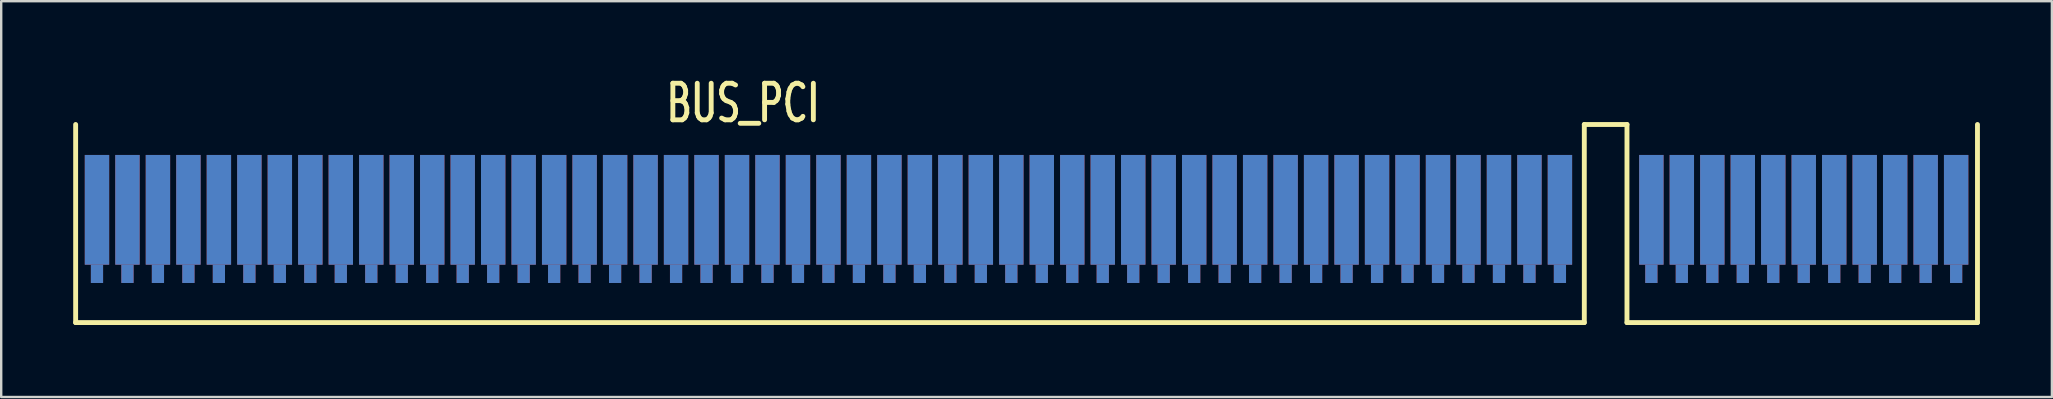
<source format=kicad_pcb>
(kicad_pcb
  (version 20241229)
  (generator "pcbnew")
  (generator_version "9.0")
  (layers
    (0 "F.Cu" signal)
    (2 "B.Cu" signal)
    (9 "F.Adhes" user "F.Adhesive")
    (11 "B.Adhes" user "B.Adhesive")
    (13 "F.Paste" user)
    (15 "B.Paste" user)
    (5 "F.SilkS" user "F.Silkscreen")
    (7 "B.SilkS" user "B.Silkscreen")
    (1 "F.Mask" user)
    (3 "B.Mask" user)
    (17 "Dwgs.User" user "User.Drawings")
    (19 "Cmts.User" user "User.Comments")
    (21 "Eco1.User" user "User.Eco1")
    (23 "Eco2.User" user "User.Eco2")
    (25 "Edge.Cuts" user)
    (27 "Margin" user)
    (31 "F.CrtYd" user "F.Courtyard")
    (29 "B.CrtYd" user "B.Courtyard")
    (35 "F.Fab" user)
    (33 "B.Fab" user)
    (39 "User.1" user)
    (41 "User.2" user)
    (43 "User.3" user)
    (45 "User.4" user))
  (footprint "BUS_PCI"
    (layer "F.Cu")
    (at 63.856 5.947)
    (property "Reference" "BUS_PCI" (at -35.941 -4.699 0) (layer "F.SilkS") (effects (font (size 1.524 1.016) (thickness 0.203))))
    (attr through_hole)
    (fp_line (start -63.754 -3.81) (end -63.754 4.445) (stroke (width 0.203) (type solid)) (layer "F.SilkS"))
    (fp_line (start -63.754 4.445) (end -0.889 4.445) (stroke (width 0.203) (type solid)) (layer "F.SilkS"))
    (fp_line (start -0.889 -3.81) (end 0.889 -3.81) (stroke (width 0.203) (type solid)) (layer "F.SilkS"))
    (fp_line (start -0.889 4.445) (end -0.889 -3.81) (stroke (width 0.203) (type solid)) (layer "F.SilkS"))
    (fp_line (start 0.889 -3.81) (end 0.889 4.445) (stroke (width 0.203) (type solid)) (layer "F.SilkS"))
    (fp_line (start 0.889 4.445) (end 15.494 4.445) (stroke (width 0.203) (type solid)) (layer "F.SilkS"))
    (fp_line (start 15.494 4.445) (end 15.494 -3.81) (stroke (width 0.203) (type solid)) (layer "F.SilkS"))
    (pad "A1" connect rect (at -62.865 -0.254) (size 1.016 4.572) (layers "B.Cu" "B.Mask"))
    (pad "A1" connect rect (at -62.865 2.413) (size 0.508 0.762) (layers "B.Cu" "B.Mask"))
    (pad "A2" connect rect (at -61.595 -0.254) (size 1.016 4.572) (layers "B.Cu" "B.Mask"))
    (pad "A2" connect rect (at -61.595 2.413) (size 0.508 0.762) (layers "B.Cu" "B.Mask"))
    (pad "A3" connect rect (at -60.325 -0.254) (size 1.016 4.572) (layers "B.Cu" "B.Mask"))
    (pad "A3" connect rect (at -60.325 2.413) (size 0.508 0.762) (layers "B.Cu" "B.Mask"))
    (pad "A4" connect rect (at -59.055 -0.254) (size 1.016 4.572) (layers "B.Cu" "B.Mask"))
    (pad "A4" connect rect (at -59.055 2.413) (size 0.508 0.762) (layers "B.Cu" "B.Mask"))
    (pad "A5" connect rect (at -57.785 -0.254) (size 1.016 4.572) (layers "B.Cu" "B.Mask"))
    (pad "A5" connect rect (at -57.785 2.413) (size 0.508 0.762) (layers "B.Cu" "B.Mask"))
    (pad "A6" connect rect (at -56.515 -0.254) (size 1.016 4.572) (layers "B.Cu" "B.Mask"))
    (pad "A6" connect rect (at -56.515 2.413) (size 0.508 0.762) (layers "B.Cu" "B.Mask"))
    (pad "A7" connect rect (at -55.245 -0.254) (size 1.016 4.572) (layers "B.Cu" "B.Mask"))
    (pad "A7" connect rect (at -55.245 2.413) (size 0.508 0.762) (layers "B.Cu" "B.Mask"))
    (pad "A8" connect rect (at -53.975 -0.254) (size 1.016 4.572) (layers "B.Cu" "B.Mask"))
    (pad "A8" connect rect (at -53.975 2.413) (size 0.508 0.762) (layers "B.Cu" "B.Mask"))
    (pad "A9" connect rect (at -52.705 -0.254) (size 1.016 4.572) (layers "B.Cu" "B.Mask"))
    (pad "A9" connect rect (at -52.705 2.413) (size 0.508 0.762) (layers "B.Cu" "B.Mask"))
    (pad "A10" connect rect (at -51.435 -0.254) (size 1.016 4.572) (layers "B.Cu" "B.Mask"))
    (pad "A10" connect rect (at -51.435 2.413) (size 0.508 0.762) (layers "B.Cu" "B.Mask"))
    (pad "A11" connect rect (at -50.165 -0.254) (size 1.016 4.572) (layers "B.Cu" "B.Mask"))
    (pad "A11" connect rect (at -50.165 2.413) (size 0.508 0.762) (layers "B.Cu" "B.Mask"))
    (pad "A12" connect rect (at -48.895 -0.254) (size 1.016 4.572) (layers "B.Cu" "B.Mask"))
    (pad "A12" connect rect (at -48.895 2.413) (size 0.508 0.762) (layers "B.Cu" "B.Mask"))
    (pad "A13" connect rect (at -47.625 -0.254) (size 1.016 4.572) (layers "B.Cu" "B.Mask"))
    (pad "A13" connect rect (at -47.625 2.413) (size 0.508 0.762) (layers "B.Cu" "B.Mask"))
    (pad "A14" connect rect (at -46.355 -0.254) (size 1.016 4.572) (layers "B.Cu" "B.Mask"))
    (pad "A14" connect rect (at -46.355 2.413) (size 0.508 0.762) (layers "B.Cu" "B.Mask"))
    (pad "A15" connect rect (at -45.085 -0.254) (size 1.016 4.572) (layers "B.Cu" "B.Mask"))
    (pad "A15" connect rect (at -45.085 2.413) (size 0.508 0.762) (layers "B.Cu" "B.Mask"))
    (pad "A16" connect rect (at -43.815 -0.254) (size 1.016 4.572) (layers "B.Cu" "B.Mask"))
    (pad "A16" connect rect (at -43.815 2.413) (size 0.508 0.762) (layers "B.Cu" "B.Mask"))
    (pad "A17" connect rect (at -42.545 -0.254) (size 1.016 4.572) (layers "B.Cu" "B.Mask"))
    (pad "A17" connect rect (at -42.545 2.413) (size 0.508 0.762) (layers "B.Cu" "B.Mask"))
    (pad "A18" connect rect (at -41.275 -0.254) (size 1.016 4.572) (layers "B.Cu" "B.Mask"))
    (pad "A18" connect rect (at -41.275 2.413) (size 0.508 0.762) (layers "B.Cu" "B.Mask"))
    (pad "A19" connect rect (at -40.005 -0.254) (size 1.016 4.572) (layers "B.Cu" "B.Mask"))
    (pad "A19" connect rect (at -40.005 2.413) (size 0.508 0.762) (layers "B.Cu" "B.Mask"))
    (pad "A20" connect rect (at -38.735 -0.254) (size 1.016 4.572) (layers "B.Cu" "B.Mask"))
    (pad "A20" connect rect (at -38.735 2.413) (size 0.508 0.762) (layers "B.Cu" "B.Mask"))
    (pad "A21" connect rect (at -37.465 -0.254) (size 1.016 4.572) (layers "B.Cu" "B.Mask"))
    (pad "A21" connect rect (at -37.465 2.413) (size 0.508 0.762) (layers "B.Cu" "B.Mask"))
    (pad "A22" connect rect (at -36.195 -0.254) (size 1.016 4.572) (layers "B.Cu" "B.Mask"))
    (pad "A22" connect rect (at -36.195 2.413) (size 0.508 0.762) (layers "B.Cu" "B.Mask"))
    (pad "A23" connect rect (at -34.925 -0.254) (size 1.016 4.572) (layers "B.Cu" "B.Mask"))
    (pad "A23" connect rect (at -34.925 2.413) (size 0.508 0.762) (layers "B.Cu" "B.Mask"))
    (pad "A24" connect rect (at -33.655 -0.254) (size 1.016 4.572) (layers "B.Cu" "B.Mask"))
    (pad "A24" connect rect (at -33.655 2.413) (size 0.508 0.762) (layers "B.Cu" "B.Mask"))
    (pad "A25" connect rect (at -32.385 -0.254) (size 1.016 4.572) (layers "B.Cu" "B.Mask"))
    (pad "A25" connect rect (at -32.385 2.413) (size 0.508 0.762) (layers "B.Cu" "B.Mask"))
    (pad "A26" connect rect (at -31.115 -0.254) (size 1.016 4.572) (layers "B.Cu" "B.Mask"))
    (pad "A26" connect rect (at -31.115 2.413) (size 0.508 0.762) (layers "B.Cu" "B.Mask"))
    (pad "A27" connect rect (at -29.845 -0.254) (size 1.016 4.572) (layers "B.Cu" "B.Mask"))
    (pad "A27" connect rect (at -29.845 2.413) (size 0.508 0.762) (layers "B.Cu" "B.Mask"))
    (pad "A28" connect rect (at -28.575 -0.254) (size 1.016 4.572) (layers "B.Cu" "B.Mask"))
    (pad "A28" connect rect (at -28.575 2.413) (size 0.508 0.762) (layers "B.Cu" "B.Mask"))
    (pad "A29" connect rect (at -27.305 -0.254) (size 1.016 4.572) (layers "B.Cu" "B.Mask"))
    (pad "A29" connect rect (at -27.305 2.413) (size 0.508 0.762) (layers "B.Cu" "B.Mask"))
    (pad "A30" connect rect (at -26.035 -0.254) (size 1.016 4.572) (layers "B.Cu" "B.Mask"))
    (pad "A30" connect rect (at -26.035 2.413) (size 0.508 0.762) (layers "B.Cu" "B.Mask"))
    (pad "A31" connect rect (at -24.765 -0.254) (size 1.016 4.572) (layers "B.Cu" "B.Mask"))
    (pad "A31" connect rect (at -24.765 2.413) (size 0.508 0.762) (layers "B.Cu" "B.Mask"))
    (pad "A32" connect rect (at -23.495 -0.254) (size 1.016 4.572) (layers "B.Cu" "B.Mask"))
    (pad "A32" connect rect (at -23.495 2.413) (size 0.508 0.762) (layers "B.Cu" "B.Mask"))
    (pad "A33" connect rect (at -22.225 -0.254) (size 1.016 4.572) (layers "B.Cu" "B.Mask"))
    (pad "A33" connect rect (at -22.225 2.413) (size 0.508 0.762) (layers "B.Cu" "B.Mask"))
    (pad "A34" connect rect (at -20.955 -0.254) (size 1.016 4.572) (layers "B.Cu" "B.Mask"))
    (pad "A34" connect rect (at -20.955 2.413) (size 0.508 0.762) (layers "B.Cu" "B.Mask"))
    (pad "A35" connect rect (at -19.685 -0.254) (size 1.016 4.572) (layers "B.Cu" "B.Mask"))
    (pad "A35" connect rect (at -19.685 2.413) (size 0.508 0.762) (layers "B.Cu" "B.Mask"))
    (pad "A36" connect rect (at -18.415 -0.254) (size 1.016 4.572) (layers "B.Cu" "B.Mask"))
    (pad "A36" connect rect (at -18.415 2.413) (size 0.508 0.762) (layers "B.Cu" "B.Mask"))
    (pad "A37" connect rect (at -17.145 -0.254) (size 1.016 4.572) (layers "B.Cu" "B.Mask"))
    (pad "A37" connect rect (at -17.145 2.413) (size 0.508 0.762) (layers "B.Cu" "B.Mask"))
    (pad "A38" connect rect (at -15.875 -0.254) (size 1.016 4.572) (layers "B.Cu" "B.Mask"))
    (pad "A38" connect rect (at -15.875 2.413) (size 0.508 0.762) (layers "B.Cu" "B.Mask"))
    (pad "A39" connect rect (at -14.605 -0.254) (size 1.016 4.572) (layers "B.Cu" "B.Mask"))
    (pad "A39" connect rect (at -14.605 2.413) (size 0.508 0.762) (layers "B.Cu" "B.Mask"))
    (pad "A40" connect rect (at -13.335 -0.254) (size 1.016 4.572) (layers "B.Cu" "B.Mask"))
    (pad "A40" connect rect (at -13.335 2.413) (size 0.508 0.762) (layers "B.Cu" "B.Mask"))
    (pad "A41" connect rect (at -12.065 -0.254) (size 1.016 4.572) (layers "B.Cu" "B.Mask"))
    (pad "A41" connect rect (at -12.065 2.413) (size 0.508 0.762) (layers "B.Cu" "B.Mask"))
    (pad "A42" connect rect (at -10.795 -0.254) (size 1.016 4.572) (layers "B.Cu" "B.Mask"))
    (pad "A42" connect rect (at -10.795 2.413) (size 0.508 0.762) (layers "B.Cu" "B.Mask"))
    (pad "A43" connect rect (at -9.525 -0.254) (size 1.016 4.572) (layers "B.Cu" "B.Mask"))
    (pad "A43" connect rect (at -9.525 2.413) (size 0.508 0.762) (layers "B.Cu" "B.Mask"))
    (pad "A44" connect rect (at -8.255 -0.254) (size 1.016 4.572) (layers "B.Cu" "B.Mask"))
    (pad "A44" connect rect (at -8.255 2.413) (size 0.508 0.762) (layers "B.Cu" "B.Mask"))
    (pad "A45" connect rect (at -6.985 -0.254) (size 1.016 4.572) (layers "B.Cu" "B.Mask"))
    (pad "A45" connect rect (at -6.985 2.413) (size 0.508 0.762) (layers "B.Cu" "B.Mask"))
    (pad "A46" connect rect (at -5.715 -0.254) (size 1.016 4.572) (layers "B.Cu" "B.Mask"))
    (pad "A46" connect rect (at -5.715 2.413) (size 0.508 0.762) (layers "B.Cu" "B.Mask"))
    (pad "A47" connect rect (at -4.445 -0.254) (size 1.016 4.572) (layers "B.Cu" "B.Mask"))
    (pad "A47" connect rect (at -4.445 2.413) (size 0.508 0.762) (layers "B.Cu" "B.Mask"))
    (pad "A48" connect rect (at -3.175 -0.254) (size 1.016 4.572) (layers "B.Cu" "B.Mask"))
    (pad "A48" connect rect (at -3.175 2.413) (size 0.508 0.762) (layers "B.Cu" "B.Mask"))
    (pad "A49" connect rect (at -1.905 -0.254) (size 1.016 4.572) (layers "B.Cu" "B.Mask"))
    (pad "A49" connect rect (at -1.905 2.413) (size 0.508 0.762) (layers "B.Cu" "B.Mask"))
    (pad "A52" connect rect (at 1.905 -0.254) (size 1.016 4.572) (layers "B.Cu" "B.Mask"))
    (pad "A52" connect rect (at 1.905 2.413) (size 0.508 0.762) (layers "B.Cu" "B.Mask"))
    (pad "A53" connect rect (at 3.175 -0.254) (size 1.016 4.572) (layers "B.Cu" "B.Mask"))
    (pad "A53" connect rect (at 3.175 2.413) (size 0.508 0.762) (layers "B.Cu" "B.Mask"))
    (pad "A54" connect rect (at 4.445 -0.254) (size 1.016 4.572) (layers "B.Cu" "B.Mask"))
    (pad "A54" connect rect (at 4.445 2.413) (size 0.508 0.762) (layers "B.Cu" "B.Mask"))
    (pad "A55" connect rect (at 5.715 -0.254) (size 1.016 4.572) (layers "B.Cu" "B.Mask"))
    (pad "A55" connect rect (at 5.715 2.413) (size 0.508 0.762) (layers "B.Cu" "B.Mask"))
    (pad "A56" connect rect (at 6.985 -0.254) (size 1.016 4.572) (layers "B.Cu" "B.Mask"))
    (pad "A56" connect rect (at 6.985 2.413) (size 0.508 0.762) (layers "B.Cu" "B.Mask"))
    (pad "A57" connect rect (at 8.255 -0.254) (size 1.016 4.572) (layers "B.Cu" "B.Mask"))
    (pad "A57" connect rect (at 8.255 2.413) (size 0.508 0.762) (layers "B.Cu" "B.Mask"))
    (pad "A58" connect rect (at 9.525 -0.254) (size 1.016 4.572) (layers "B.Cu" "B.Mask"))
    (pad "A58" connect rect (at 9.525 2.413) (size 0.508 0.762) (layers "B.Cu" "B.Mask"))
    (pad "A59" connect rect (at 10.795 -0.254) (size 1.016 4.572) (layers "B.Cu" "B.Mask"))
    (pad "A59" connect rect (at 10.795 2.413) (size 0.508 0.762) (layers "B.Cu" "B.Mask"))
    (pad "A60" connect rect (at 12.065 -0.254) (size 1.016 4.572) (layers "B.Cu" "B.Mask"))
    (pad "A60" connect rect (at 12.065 2.413) (size 0.508 0.762) (layers "B.Cu" "B.Mask"))
    (pad "A61" connect rect (at 13.335 -0.254) (size 1.016 4.572) (layers "B.Cu" "B.Mask"))
    (pad "A61" connect rect (at 13.335 2.413) (size 0.508 0.762) (layers "B.Cu" "B.Mask"))
    (pad "A62" connect rect (at 14.605 -0.254) (size 1.016 4.572) (layers "B.Cu" "B.Mask"))
    (pad "A62" connect rect (at 14.605 2.413) (size 0.508 0.762) (layers "B.Cu" "B.Mask"))
    (pad "B1" connect rect (at -62.865 -0.254) (size 1.016 4.572) (layers "F.Cu" "F.Mask"))
    (pad "B1" connect rect (at -62.865 2.413) (size 0.508 0.762) (layers "F.Cu" "F.Mask"))
    (pad "B2" connect rect (at -61.595 -0.254) (size 1.016 4.572) (layers "F.Cu" "F.Mask"))
    (pad "B2" connect rect (at -61.595 2.413) (size 0.508 0.762) (layers "F.Cu" "F.Mask"))
    (pad "B3" connect rect (at -60.325 -0.254) (size 1.016 4.572) (layers "F.Cu" "F.Mask"))
    (pad "B3" connect rect (at -60.325 2.413) (size 0.508 0.762) (layers "F.Cu" "F.Mask"))
    (pad "B4" connect rect (at -59.055 -0.254) (size 1.016 4.572) (layers "F.Cu" "F.Mask"))
    (pad "B4" connect rect (at -59.055 2.413) (size 0.508 0.762) (layers "F.Cu" "F.Mask"))
    (pad "B5" connect rect (at -57.785 -0.254) (size 1.016 4.572) (layers "F.Cu" "F.Mask"))
    (pad "B5" connect rect (at -57.785 2.413) (size 0.508 0.762) (layers "F.Cu" "F.Mask"))
    (pad "B6" connect rect (at -56.515 -0.254) (size 1.016 4.572) (layers "F.Cu" "F.Mask"))
    (pad "B6" connect rect (at -56.515 2.413) (size 0.508 0.762) (layers "F.Cu" "F.Mask"))
    (pad "B7" connect rect (at -55.245 -0.254) (size 1.016 4.572) (layers "F.Cu" "F.Mask"))
    (pad "B7" connect rect (at -55.245 2.413) (size 0.508 0.762) (layers "F.Cu" "F.Mask"))
    (pad "B8" connect rect (at -53.975 -0.254) (size 1.016 4.572) (layers "F.Cu" "F.Mask"))
    (pad "B8" connect rect (at -53.975 2.413) (size 0.508 0.762) (layers "F.Cu" "F.Mask"))
    (pad "B9" connect rect (at -52.705 -0.254) (size 1.016 4.572) (layers "F.Cu" "F.Mask"))
    (pad "B9" connect rect (at -52.705 2.413) (size 0.508 0.762) (layers "F.Cu" "F.Mask"))
    (pad "B10" connect rect (at -51.435 -0.254) (size 1.016 4.572) (layers "F.Cu" "F.Mask"))
    (pad "B10" connect rect (at -51.435 2.413) (size 0.508 0.762) (layers "F.Cu" "F.Mask"))
    (pad "B11" connect rect (at -50.165 -0.254) (size 1.016 4.572) (layers "F.Cu" "F.Mask"))
    (pad "B11" connect rect (at -50.165 2.413) (size 0.508 0.762) (layers "F.Cu" "F.Mask"))
    (pad "B12" connect rect (at -48.895 -0.254) (size 1.016 4.572) (layers "F.Cu" "F.Mask"))
    (pad "B12" connect rect (at -48.895 2.413) (size 0.508 0.762) (layers "F.Cu" "F.Mask"))
    (pad "B13" connect rect (at -47.625 -0.254) (size 1.016 4.572) (layers "F.Cu" "F.Mask"))
    (pad "B13" connect rect (at -47.625 2.413) (size 0.508 0.762) (layers "F.Cu" "F.Mask"))
    (pad "B14" connect rect (at -46.355 -0.254) (size 1.016 4.572) (layers "F.Cu" "F.Mask"))
    (pad "B14" connect rect (at -46.355 2.413) (size 0.508 0.762) (layers "F.Cu" "F.Mask"))
    (pad "B15" connect rect (at -45.085 -0.254) (size 1.016 4.572) (layers "F.Cu" "F.Mask"))
    (pad "B15" connect rect (at -45.085 2.413) (size 0.508 0.762) (layers "F.Cu" "F.Mask"))
    (pad "B16" connect rect (at -43.815 -0.254) (size 1.016 4.572) (layers "F.Cu" "F.Mask"))
    (pad "B16" connect rect (at -43.815 2.413) (size 0.508 0.762) (layers "F.Cu" "F.Mask"))
    (pad "B17" connect rect (at -42.545 -0.254) (size 1.016 4.572) (layers "F.Cu" "F.Mask"))
    (pad "B17" connect rect (at -42.545 2.413) (size 0.508 0.762) (layers "F.Cu" "F.Mask"))
    (pad "B18" connect rect (at -41.275 -0.254) (size 1.016 4.572) (layers "F.Cu" "F.Mask"))
    (pad "B18" connect rect (at -41.275 2.413) (size 0.508 0.762) (layers "F.Cu" "F.Mask"))
    (pad "B19" connect rect (at -40.005 -0.254) (size 1.016 4.572) (layers "F.Cu" "F.Mask"))
    (pad "B19" connect rect (at -40.005 2.413) (size 0.508 0.762) (layers "F.Cu" "F.Mask"))
    (pad "B20" connect rect (at -38.735 -0.254) (size 1.016 4.572) (layers "F.Cu" "F.Mask"))
    (pad "B20" connect rect (at -38.735 2.413) (size 0.508 0.762) (layers "F.Cu" "F.Mask"))
    (pad "B21" connect rect (at -37.465 -0.254) (size 1.016 4.572) (layers "F.Cu" "F.Mask"))
    (pad "B21" connect rect (at -37.465 2.413) (size 0.508 0.762) (layers "F.Cu" "F.Mask"))
    (pad "B22" connect rect (at -36.195 -0.254) (size 1.016 4.572) (layers "F.Cu" "F.Mask"))
    (pad "B22" connect rect (at -36.195 2.413) (size 0.508 0.762) (layers "F.Cu" "F.Mask"))
    (pad "B23" connect rect (at -34.925 -0.254) (size 1.016 4.572) (layers "F.Cu" "F.Mask"))
    (pad "B23" connect rect (at -34.925 2.413) (size 0.508 0.762) (layers "F.Cu" "F.Mask"))
    (pad "B24" connect rect (at -33.655 -0.254) (size 1.016 4.572) (layers "F.Cu" "F.Mask"))
    (pad "B24" connect rect (at -33.655 2.413) (size 0.508 0.762) (layers "F.Cu" "F.Mask"))
    (pad "B25" connect rect (at -32.385 -0.254) (size 1.016 4.572) (layers "F.Cu" "F.Mask"))
    (pad "B25" connect rect (at -32.385 2.413) (size 0.508 0.762) (layers "F.Cu" "F.Mask"))
    (pad "B26" connect rect (at -31.115 -0.254) (size 1.016 4.572) (layers "F.Cu" "F.Mask"))
    (pad "B26" connect rect (at -31.115 2.413) (size 0.508 0.762) (layers "F.Cu" "F.Mask"))
    (pad "B27" connect rect (at -29.845 -0.254) (size 1.016 4.572) (layers "F.Cu" "F.Mask"))
    (pad "B27" connect rect (at -29.845 2.413) (size 0.508 0.762) (layers "F.Cu" "F.Mask"))
    (pad "B28" connect rect (at -28.575 -0.254) (size 1.016 4.572) (layers "F.Cu" "F.Mask"))
    (pad "B28" connect rect (at -28.575 2.413) (size 0.508 0.762) (layers "F.Cu" "F.Mask"))
    (pad "B29" connect rect (at -27.305 -0.254) (size 1.016 4.572) (layers "F.Cu" "F.Mask"))
    (pad "B29" connect rect (at -27.305 2.413) (size 0.508 0.762) (layers "F.Cu" "F.Mask"))
    (pad "B30" connect rect (at -26.035 -0.254) (size 1.016 4.572) (layers "F.Cu" "F.Mask"))
    (pad "B30" connect rect (at -26.035 2.413) (size 0.508 0.762) (layers "F.Cu" "F.Mask"))
    (pad "B31" connect rect (at -24.765 -0.254) (size 1.016 4.572) (layers "F.Cu" "F.Mask"))
    (pad "B31" connect rect (at -24.765 2.413) (size 0.508 0.762) (layers "F.Cu" "F.Mask"))
    (pad "B32" connect rect (at -23.495 -0.254) (size 1.016 4.572) (layers "F.Cu" "F.Mask"))
    (pad "B32" connect rect (at -23.495 2.413) (size 0.508 0.762) (layers "F.Cu" "F.Mask"))
    (pad "B33" connect rect (at -22.225 -0.254) (size 1.016 4.572) (layers "F.Cu" "F.Mask"))
    (pad "B33" connect rect (at -22.225 2.413) (size 0.508 0.762) (layers "F.Cu" "F.Mask"))
    (pad "B34" connect rect (at -20.955 -0.254) (size 1.016 4.572) (layers "F.Cu" "F.Mask"))
    (pad "B34" connect rect (at -20.955 2.413) (size 0.508 0.762) (layers "F.Cu" "F.Mask"))
    (pad "B35" connect rect (at -19.685 -0.254) (size 1.016 4.572) (layers "F.Cu" "F.Mask"))
    (pad "B35" connect rect (at -19.685 2.413) (size 0.508 0.762) (layers "F.Cu" "F.Mask"))
    (pad "B36" connect rect (at -18.415 -0.254) (size 1.016 4.572) (layers "F.Cu" "F.Mask"))
    (pad "B36" connect rect (at -18.415 2.413) (size 0.508 0.762) (layers "F.Cu" "F.Mask"))
    (pad "B37" connect rect (at -17.145 -0.254) (size 1.016 4.572) (layers "F.Cu" "F.Mask"))
    (pad "B37" connect rect (at -17.145 2.413) (size 0.508 0.762) (layers "F.Cu" "F.Mask"))
    (pad "B38" connect rect (at -15.875 -0.254) (size 1.016 4.572) (layers "F.Cu" "F.Mask"))
    (pad "B38" connect rect (at -15.875 2.413) (size 0.508 0.762) (layers "F.Cu" "F.Mask"))
    (pad "B39" connect rect (at -14.605 -0.254) (size 1.016 4.572) (layers "F.Cu" "F.Mask"))
    (pad "B39" connect rect (at -14.605 2.413) (size 0.508 0.762) (layers "F.Cu" "F.Mask"))
    (pad "B40" connect rect (at -13.335 -0.254) (size 1.016 4.572) (layers "F.Cu" "F.Mask"))
    (pad "B40" connect rect (at -13.335 2.413) (size 0.508 0.762) (layers "F.Cu" "F.Mask"))
    (pad "B41" connect rect (at -12.065 -0.254) (size 1.016 4.572) (layers "F.Cu" "F.Mask"))
    (pad "B41" connect rect (at -12.065 2.413) (size 0.508 0.762) (layers "F.Cu" "F.Mask"))
    (pad "B42" connect rect (at -10.795 -0.254) (size 1.016 4.572) (layers "F.Cu" "F.Mask"))
    (pad "B42" connect rect (at -10.795 2.413) (size 0.508 0.762) (layers "F.Cu" "F.Mask"))
    (pad "B43" connect rect (at -9.525 -0.254) (size 1.016 4.572) (layers "F.Cu" "F.Mask"))
    (pad "B43" connect rect (at -9.525 2.413) (size 0.508 0.762) (layers "F.Cu" "F.Mask"))
    (pad "B44" connect rect (at -8.255 -0.254) (size 1.016 4.572) (layers "F.Cu" "F.Mask"))
    (pad "B44" connect rect (at -8.255 2.413) (size 0.508 0.762) (layers "F.Cu" "F.Mask"))
    (pad "B45" connect rect (at -6.985 -0.254) (size 1.016 4.572) (layers "F.Cu" "F.Mask"))
    (pad "B45" connect rect (at -6.985 2.413) (size 0.508 0.762) (layers "F.Cu" "F.Mask"))
    (pad "B46" connect rect (at -5.715 -0.254) (size 1.016 4.572) (layers "F.Cu" "F.Mask"))
    (pad "B46" connect rect (at -5.715 2.413) (size 0.508 0.762) (layers "F.Cu" "F.Mask"))
    (pad "B47" connect rect (at -4.445 -0.254) (size 1.016 4.572) (layers "F.Cu" "F.Mask"))
    (pad "B47" connect rect (at -4.445 2.413) (size 0.508 0.762) (layers "F.Cu" "F.Mask"))
    (pad "B48" connect rect (at -3.175 -0.254) (size 1.016 4.572) (layers "F.Cu" "F.Mask"))
    (pad "B48" connect rect (at -3.175 2.413) (size 0.508 0.762) (layers "F.Cu" "F.Mask"))
    (pad "B49" connect rect (at -1.905 -0.254) (size 1.016 4.572) (layers "F.Cu" "F.Mask"))
    (pad "B49" connect rect (at -1.905 2.413) (size 0.508 0.762) (layers "F.Cu" "F.Mask"))
    (pad "B52" connect rect (at 1.905 -0.254) (size 1.016 4.572) (layers "F.Cu" "F.Mask"))
    (pad "B52" connect rect (at 1.905 2.413) (size 0.508 0.762) (layers "F.Cu" "F.Mask"))
    (pad "B53" connect rect (at 3.175 -0.254) (size 1.016 4.572) (layers "F.Cu" "F.Mask"))
    (pad "B53" connect rect (at 3.175 2.413) (size 0.508 0.762) (layers "F.Cu" "F.Mask"))
    (pad "B54" connect rect (at 4.445 -0.254) (size 1.016 4.572) (layers "F.Cu" "F.Mask"))
    (pad "B54" connect rect (at 4.445 2.413) (size 0.508 0.762) (layers "F.Cu" "F.Mask"))
    (pad "B55" connect rect (at 5.715 -0.254) (size 1.016 4.572) (layers "F.Cu" "F.Mask"))
    (pad "B55" connect rect (at 5.715 2.413) (size 0.508 0.762) (layers "F.Cu" "F.Mask"))
    (pad "B56" connect rect (at 6.985 -0.254) (size 1.016 4.572) (layers "F.Cu" "F.Mask"))
    (pad "B56" connect rect (at 6.985 2.413) (size 0.508 0.762) (layers "F.Cu" "F.Mask"))
    (pad "B57" connect rect (at 8.255 -0.254) (size 1.016 4.572) (layers "F.Cu" "F.Mask"))
    (pad "B57" connect rect (at 8.255 2.413) (size 0.508 0.762) (layers "F.Cu" "F.Mask"))
    (pad "B58" connect rect (at 9.525 -0.254) (size 1.016 4.572) (layers "F.Cu" "F.Mask"))
    (pad "B58" connect rect (at 9.525 2.413) (size 0.508 0.762) (layers "F.Cu" "F.Mask"))
    (pad "B59" connect rect (at 10.795 -0.254) (size 1.016 4.572) (layers "F.Cu" "F.Mask"))
    (pad "B59" connect rect (at 10.795 2.413) (size 0.508 0.762) (layers "F.Cu" "F.Mask"))
    (pad "B60" connect rect (at 12.065 -0.254) (size 1.016 4.572) (layers "F.Cu" "F.Mask"))
    (pad "B60" connect rect (at 12.065 2.413) (size 0.508 0.762) (layers "F.Cu" "F.Mask"))
    (pad "B61" connect rect (at 13.335 -0.254) (size 1.016 4.572) (layers "F.Cu" "F.Mask"))
    (pad "B61" connect rect (at 13.335 2.413) (size 0.508 0.762) (layers "F.Cu" "F.Mask"))
    (pad "B62" connect rect (at 14.605 -0.254) (size 1.016 4.572) (layers "F.Cu" "F.Mask"))
    (pad "B62" connect rect (at 14.605 2.413) (size 0.508 0.762) (layers "F.Cu" "F.Mask")))
  (gr_rect
    (start -3 -3)
    (end 82.451 13.494)
    (stroke (width 0.1) (type default))
    (fill no)
    (layer "Edge.Cuts")))
</source>
